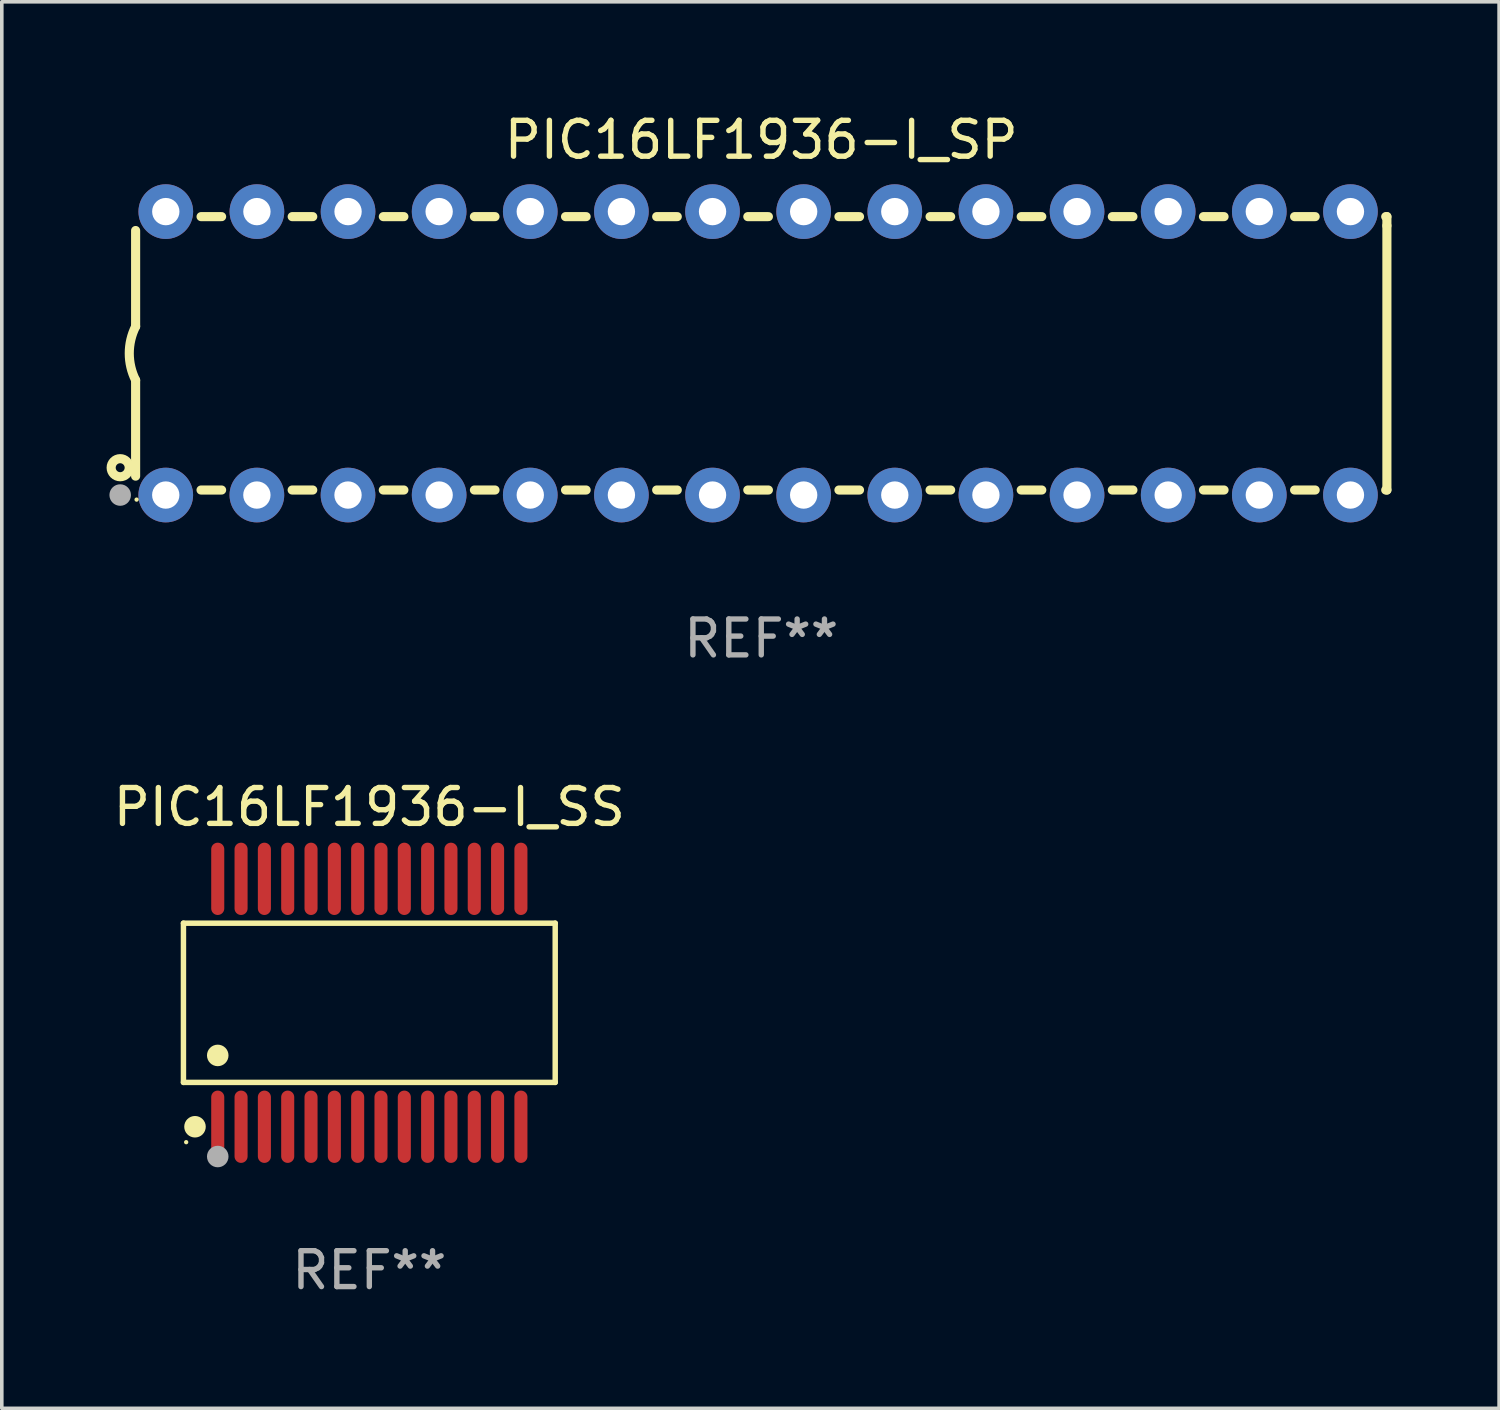
<source format=kicad_pcb>
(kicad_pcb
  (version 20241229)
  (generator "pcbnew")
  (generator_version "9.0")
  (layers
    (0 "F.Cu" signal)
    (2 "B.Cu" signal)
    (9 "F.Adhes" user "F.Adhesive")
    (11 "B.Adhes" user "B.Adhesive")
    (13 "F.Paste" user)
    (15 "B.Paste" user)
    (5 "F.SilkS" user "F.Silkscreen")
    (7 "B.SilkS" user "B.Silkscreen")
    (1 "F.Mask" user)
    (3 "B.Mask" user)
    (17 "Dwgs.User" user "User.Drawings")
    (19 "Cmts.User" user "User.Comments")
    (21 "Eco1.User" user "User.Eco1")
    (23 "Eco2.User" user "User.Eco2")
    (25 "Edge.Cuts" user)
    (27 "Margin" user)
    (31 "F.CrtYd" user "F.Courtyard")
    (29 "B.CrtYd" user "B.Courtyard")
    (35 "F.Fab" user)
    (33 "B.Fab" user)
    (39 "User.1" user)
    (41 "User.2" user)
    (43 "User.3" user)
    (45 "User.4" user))
  (footprint "PIC16LF1936-I_SS"
    (layer "F.Cu")
    (at 7.244 24.9)
    (property "Reference" "PIC16LF1936-I_SS" (at 0 -5.455 0) (layer "F.SilkS") (effects (font (size 1 1) (thickness 0.15))))
    (attr through_hole)
    (fp_line (start -5.181 -2.219) (end 5.181 -2.219) (stroke (width 0.152) (type solid)) (layer "F.SilkS"))
    (fp_line (start -5.181 2.219) (end -5.181 -2.219) (stroke (width 0.152) (type solid)) (layer "F.SilkS"))
    (fp_line (start 5.181 -2.219) (end 5.181 2.219) (stroke (width 0.152) (type solid)) (layer "F.SilkS"))
    (fp_line (start 5.181 2.219) (end -5.181 2.219) (stroke (width 0.152) (type solid)) (layer "F.SilkS"))
    (fp_circle (center -5.105 3.885) (end -5.075 3.885) (stroke (width 0.06) (type solid)) (fill no) (layer "F.SilkS"))
    (fp_circle (center -4.859 3.455) (end -4.709 3.455) (stroke (width 0.3) (type solid)) (fill no) (layer "F.SilkS"))
    (fp_circle (center -4.225 1.467) (end -4.075 1.467) (stroke (width 0.3) (type solid)) (fill no) (layer "F.SilkS"))
    (fp_circle (center -4.225 4.285) (end -4.075 4.285) (stroke (width 0.3) (type solid)) (fill no) (layer "F.Fab"))
    (fp_text user "REF**" (at 0 7.455 0) (layer "F.Fab") (effects (font (size 1 1) (thickness 0.15))))
    (pad "1" smd oval (at -4.225 3.455) (size 0.364 2.015) (layers "F.Cu" "F.Mask" "F.Paste"))
    (pad "2" smd oval (at -3.575 3.455) (size 0.364 2.015) (layers "F.Cu" "F.Mask" "F.Paste"))
    (pad "3" smd oval (at -2.925 3.455) (size 0.364 2.015) (layers "F.Cu" "F.Mask" "F.Paste"))
    (pad "4" smd oval (at -2.275 3.455) (size 0.364 2.015) (layers "F.Cu" "F.Mask" "F.Paste"))
    (pad "5" smd oval (at -1.625 3.455) (size 0.364 2.015) (layers "F.Cu" "F.Mask" "F.Paste"))
    (pad "6" smd oval (at -0.975 3.455) (size 0.364 2.015) (layers "F.Cu" "F.Mask" "F.Paste"))
    (pad "7" smd oval (at -0.325 3.455) (size 0.364 2.015) (layers "F.Cu" "F.Mask" "F.Paste"))
    (pad "8" smd oval (at 0.325 3.455) (size 0.364 2.015) (layers "F.Cu" "F.Mask" "F.Paste"))
    (pad "9" smd oval (at 0.975 3.455) (size 0.364 2.015) (layers "F.Cu" "F.Mask" "F.Paste"))
    (pad "10" smd oval (at 1.625 3.455) (size 0.364 2.015) (layers "F.Cu" "F.Mask" "F.Paste"))
    (pad "11" smd oval (at 2.275 3.455) (size 0.364 2.015) (layers "F.Cu" "F.Mask" "F.Paste"))
    (pad "12" smd oval (at 2.925 3.455) (size 0.364 2.015) (layers "F.Cu" "F.Mask" "F.Paste"))
    (pad "13" smd oval (at 3.575 3.455) (size 0.364 2.015) (layers "F.Cu" "F.Mask" "F.Paste"))
    (pad "14" smd oval (at 4.225 3.455) (size 0.364 2.015) (layers "F.Cu" "F.Mask" "F.Paste"))
    (pad "15" smd oval (at 4.225 -3.455) (size 0.364 2.015) (layers "F.Cu" "F.Mask" "F.Paste"))
    (pad "16" smd oval (at 3.575 -3.455) (size 0.364 2.015) (layers "F.Cu" "F.Mask" "F.Paste"))
    (pad "17" smd oval (at 2.925 -3.455) (size 0.364 2.015) (layers "F.Cu" "F.Mask" "F.Paste"))
    (pad "18" smd oval (at 2.275 -3.455) (size 0.364 2.015) (layers "F.Cu" "F.Mask" "F.Paste"))
    (pad "19" smd oval (at 1.625 -3.455) (size 0.364 2.015) (layers "F.Cu" "F.Mask" "F.Paste"))
    (pad "20" smd oval (at 0.975 -3.455) (size 0.364 2.015) (layers "F.Cu" "F.Mask" "F.Paste"))
    (pad "21" smd oval (at 0.325 -3.455) (size 0.364 2.015) (layers "F.Cu" "F.Mask" "F.Paste"))
    (pad "22" smd oval (at -0.325 -3.455) (size 0.364 2.015) (layers "F.Cu" "F.Mask" "F.Paste"))
    (pad "23" smd oval (at -0.975 -3.455) (size 0.364 2.015) (layers "F.Cu" "F.Mask" "F.Paste"))
    (pad "24" smd oval (at -1.625 -3.455) (size 0.364 2.015) (layers "F.Cu" "F.Mask" "F.Paste"))
    (pad "25" smd oval (at -2.275 -3.455) (size 0.364 2.015) (layers "F.Cu" "F.Mask" "F.Paste"))
    (pad "26" smd oval (at -2.925 -3.455) (size 0.364 2.015) (layers "F.Cu" "F.Mask" "F.Paste"))
    (pad "27" smd oval (at -3.575 -3.455) (size 0.364 2.015) (layers "F.Cu" "F.Mask" "F.Paste"))
    (pad "28" smd oval (at -4.225 -3.455) (size 0.364 2.015) (layers "F.Cu" "F.Mask" "F.Paste")))
  (footprint "PIC16LF1936-I_SP"
    (layer "F.Cu")
    (at 18.168 6.798)
    (property "Reference" "PIC16LF1936-I_SP" (at 0 -5.95 0) (layer "F.SilkS") (effects (font (size 1 1) (thickness 0.15))))
    (attr through_hole)
    (fp_line (start -17.438 0.75) (end -17.438 3.423) (stroke (width 0.254) (type solid)) (layer "F.SilkS"))
    (fp_line (start -17.438 -3.423) (end -17.438 -0.75) (stroke (width 0.254) (type solid)) (layer "F.SilkS"))
    (fp_line (start -15.615 3.81) (end -15.041 3.81) (stroke (width 0.254) (type solid)) (layer "F.SilkS"))
    (fp_line (start -15.041 -3.81) (end -15.614 -3.81) (stroke (width 0.254) (type solid)) (layer "F.SilkS"))
    (fp_line (start -13.075 3.81) (end -12.501 3.81) (stroke (width 0.254) (type solid)) (layer "F.SilkS"))
    (fp_line (start -12.501 -3.81) (end -13.074 -3.81) (stroke (width 0.254) (type solid)) (layer "F.SilkS"))
    (fp_line (start -10.535 3.81) (end -9.961 3.81) (stroke (width 0.254) (type solid)) (layer "F.SilkS"))
    (fp_line (start -9.961 -3.81) (end -10.534 -3.81) (stroke (width 0.254) (type solid)) (layer "F.SilkS"))
    (fp_line (start -7.995 3.81) (end -7.421 3.81) (stroke (width 0.254) (type solid)) (layer "F.SilkS"))
    (fp_line (start -7.421 -3.81) (end -7.995 -3.81) (stroke (width 0.254) (type solid)) (layer "F.SilkS"))
    (fp_line (start -5.455 3.81) (end -4.881 3.81) (stroke (width 0.254) (type solid)) (layer "F.SilkS"))
    (fp_line (start -4.881 -3.81) (end -5.455 -3.81) (stroke (width 0.254) (type solid)) (layer "F.SilkS"))
    (fp_line (start -2.915 3.81) (end -2.341 3.81) (stroke (width 0.254) (type solid)) (layer "F.SilkS"))
    (fp_line (start -2.341 -3.81) (end -2.915 -3.81) (stroke (width 0.254) (type solid)) (layer "F.SilkS"))
    (fp_line (start -0.375 3.81) (end 0.199 3.81) (stroke (width 0.254) (type solid)) (layer "F.SilkS"))
    (fp_line (start 0.199 -3.81) (end -0.375 -3.81) (stroke (width 0.254) (type solid)) (layer "F.SilkS"))
    (fp_line (start 2.165 3.81) (end 2.739 3.81) (stroke (width 0.254) (type solid)) (layer "F.SilkS"))
    (fp_line (start 2.739 -3.81) (end 2.165 -3.81) (stroke (width 0.254) (type solid)) (layer "F.SilkS"))
    (fp_line (start 4.705 3.81) (end 5.279 3.81) (stroke (width 0.254) (type solid)) (layer "F.SilkS"))
    (fp_line (start 5.279 -3.81) (end 4.705 -3.81) (stroke (width 0.254) (type solid)) (layer "F.SilkS"))
    (fp_line (start 7.245 3.81) (end 7.819 3.81) (stroke (width 0.254) (type solid)) (layer "F.SilkS"))
    (fp_line (start 7.819 -3.81) (end 7.245 -3.81) (stroke (width 0.254) (type solid)) (layer "F.SilkS"))
    (fp_line (start 9.785 3.81) (end 10.359 3.81) (stroke (width 0.254) (type solid)) (layer "F.SilkS"))
    (fp_line (start 10.359 -3.81) (end 9.785 -3.81) (stroke (width 0.254) (type solid)) (layer "F.SilkS"))
    (fp_line (start 12.325 3.81) (end 12.899 3.81) (stroke (width 0.254) (type solid)) (layer "F.SilkS"))
    (fp_line (start 12.899 -3.81) (end 12.325 -3.81) (stroke (width 0.254) (type solid)) (layer "F.SilkS"))
    (fp_line (start 14.865 3.81) (end 15.439 3.81) (stroke (width 0.254) (type solid)) (layer "F.SilkS"))
    (fp_line (start 15.439 -3.81) (end 14.865 -3.81) (stroke (width 0.254) (type solid)) (layer "F.SilkS"))
    (fp_line (start 17.405 3.81) (end 17.438 3.81) (stroke (width 0.254) (type solid)) (layer "F.SilkS"))
    (fp_line (start 17.438 -3.81) (end 17.405 -3.81) (stroke (width 0.254) (type solid)) (layer "F.SilkS"))
    (fp_line (start 17.438 -3.556) (end 17.438 -3.81) (stroke (width 0.254) (type solid)) (layer "F.SilkS"))
    (fp_line (start 17.438 3.81) (end 17.438 -3.556) (stroke (width 0.254) (type solid)) (layer "F.SilkS"))
    (fp_arc (start -17.437986 0.749657) (mid -17.614887 -0.000024) (end -17.437783 -0.749657) (stroke (width 0.254001) (type solid)) (layer "F.SilkS"))
    (fp_circle (center -17.868 3.188) (end -17.743 3.188) (stroke (width 0.254) (type solid)) (fill no) (layer "F.SilkS"))
    (fp_circle (center -17.411 4.077) (end -17.381 4.077) (stroke (width 0.06) (type solid)) (fill no) (layer "F.SilkS"))
    (fp_circle (center -17.868 3.95) (end -17.718 3.95) (stroke (width 0.3) (type solid)) (fill no) (layer "F.Fab"))
    (fp_text user "REF**" (at 0 7.95 0) (layer "F.Fab") (effects (font (size 1 1) (thickness 0.15))))
    (pad "1" thru_hole circle (at -16.598 3.95) (size 1.524 1.524) (drill 0.762) (layers "*.Cu" "*.Mask"))
    (pad "2" thru_hole circle (at -14.058 3.95) (size 1.524 1.524) (drill 0.762) (layers "*.Cu" "*.Mask"))
    (pad "3" thru_hole circle (at -11.518 3.95) (size 1.524 1.524) (drill 0.762) (layers "*.Cu" "*.Mask"))
    (pad "4" thru_hole circle (at -8.978 3.95) (size 1.524 1.524) (drill 0.762) (layers "*.Cu" "*.Mask"))
    (pad "5" thru_hole circle (at -6.438 3.95) (size 1.524 1.524) (drill 0.762) (layers "*.Cu" "*.Mask"))
    (pad "6" thru_hole circle (at -3.898 3.95) (size 1.524 1.524) (drill 0.762) (layers "*.Cu" "*.Mask"))
    (pad "7" thru_hole circle (at -1.358 3.95) (size 1.524 1.524) (drill 0.762) (layers "*.Cu" "*.Mask"))
    (pad "8" thru_hole circle (at 1.182 3.95) (size 1.524 1.524) (drill 0.762) (layers "*.Cu" "*.Mask"))
    (pad "9" thru_hole circle (at 3.722 3.95) (size 1.524 1.524) (drill 0.762) (layers "*.Cu" "*.Mask"))
    (pad "10" thru_hole circle (at 6.262 3.95) (size 1.524 1.524) (drill 0.762) (layers "*.Cu" "*.Mask"))
    (pad "11" thru_hole circle (at 8.802 3.95) (size 1.524 1.524) (drill 0.762) (layers "*.Cu" "*.Mask"))
    (pad "12" thru_hole circle (at 11.342 3.95) (size 1.524 1.524) (drill 0.762) (layers "*.Cu" "*.Mask"))
    (pad "13" thru_hole circle (at 13.882 3.95) (size 1.524 1.524) (drill 0.762) (layers "*.Cu" "*.Mask"))
    (pad "14" thru_hole circle (at 16.422 3.95) (size 1.524 1.524) (drill 0.762) (layers "*.Cu" "*.Mask"))
    (pad "15" thru_hole circle (at 16.422 -3.95) (size 1.524 1.524) (drill 0.762) (layers "*.Cu" "*.Mask"))
    (pad "16" thru_hole circle (at 13.882 -3.95) (size 1.524 1.524) (drill 0.762) (layers "*.Cu" "*.Mask"))
    (pad "17" thru_hole circle (at 11.342 -3.95) (size 1.524 1.524) (drill 0.762) (layers "*.Cu" "*.Mask"))
    (pad "18" thru_hole circle (at 8.802 -3.95) (size 1.524 1.524) (drill 0.762) (layers "*.Cu" "*.Mask"))
    (pad "19" thru_hole circle (at 6.262 -3.95) (size 1.524 1.524) (drill 0.762) (layers "*.Cu" "*.Mask"))
    (pad "20" thru_hole circle (at 3.722 -3.95) (size 1.524 1.524) (drill 0.762) (layers "*.Cu" "*.Mask"))
    (pad "21" thru_hole circle (at 1.182 -3.95) (size 1.524 1.524) (drill 0.762) (layers "*.Cu" "*.Mask"))
    (pad "22" thru_hole circle (at -1.358 -3.95) (size 1.524 1.524) (drill 0.762) (layers "*.Cu" "*.Mask"))
    (pad "23" thru_hole circle (at -3.898 -3.95) (size 1.524 1.524) (drill 0.762) (layers "*.Cu" "*.Mask"))
    (pad "24" thru_hole circle (at -6.438 -3.95) (size 1.524 1.524) (drill 0.762) (layers "*.Cu" "*.Mask"))
    (pad "25" thru_hole circle (at -8.978 -3.95) (size 1.524 1.524) (drill 0.762) (layers "*.Cu" "*.Mask"))
    (pad "26" thru_hole circle (at -11.517 -3.95) (size 1.524 1.524) (drill 0.762) (layers "*.Cu" "*.Mask"))
    (pad "27" thru_hole circle (at -14.057 -3.95) (size 1.524 1.524) (drill 0.762) (layers "*.Cu" "*.Mask"))
    (pad "28" thru_hole circle (at -16.597 -3.95) (size 1.524 1.524) (drill 0.762) (layers "*.Cu" "*.Mask")))
  (gr_rect
    (start -3 -3)
    (end 38.733 36.203)
    (stroke (width 0.1) (type default))
    (fill no)
    (layer "Edge.Cuts")))
</source>
